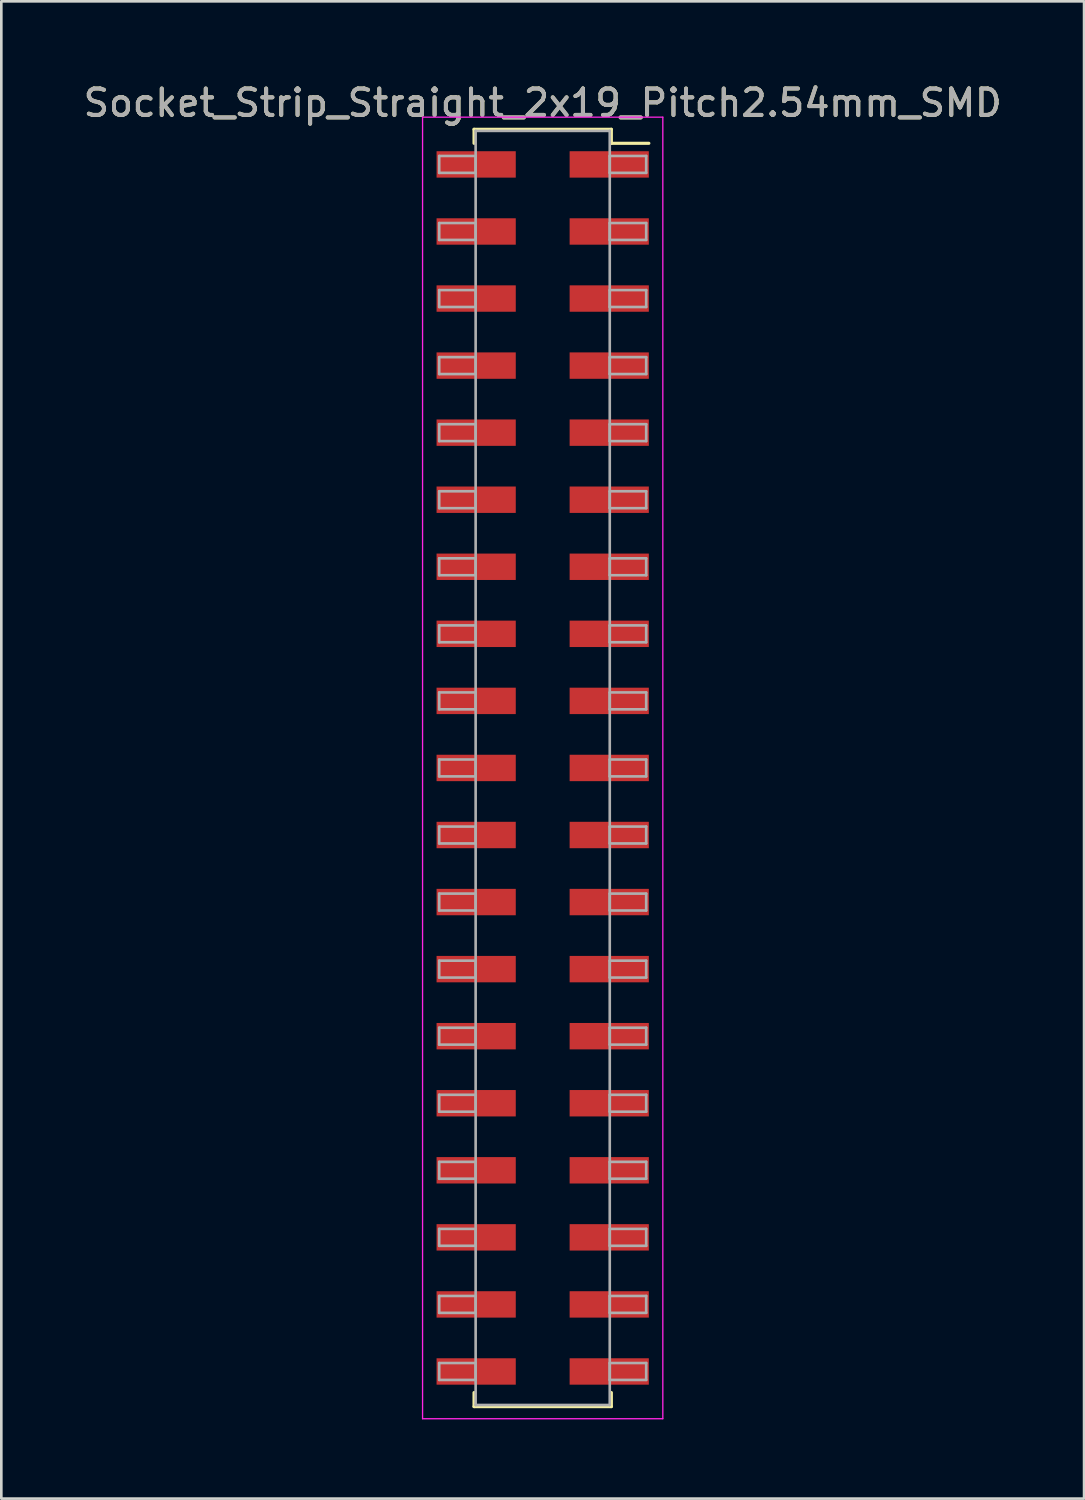
<source format=kicad_pcb>
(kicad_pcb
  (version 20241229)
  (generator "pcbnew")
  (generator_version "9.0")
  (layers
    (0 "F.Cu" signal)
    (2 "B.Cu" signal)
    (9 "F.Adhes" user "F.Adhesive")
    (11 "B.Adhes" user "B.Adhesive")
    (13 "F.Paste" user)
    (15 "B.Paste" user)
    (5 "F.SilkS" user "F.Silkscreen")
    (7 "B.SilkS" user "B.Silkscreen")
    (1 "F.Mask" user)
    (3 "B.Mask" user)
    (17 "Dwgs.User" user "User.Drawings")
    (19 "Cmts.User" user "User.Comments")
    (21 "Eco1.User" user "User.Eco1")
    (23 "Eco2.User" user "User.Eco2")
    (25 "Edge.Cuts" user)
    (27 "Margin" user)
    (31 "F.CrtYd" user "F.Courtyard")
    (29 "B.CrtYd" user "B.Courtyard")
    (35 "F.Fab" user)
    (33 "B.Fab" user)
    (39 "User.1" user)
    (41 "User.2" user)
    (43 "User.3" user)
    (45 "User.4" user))
  (footprint "Socket_Strip_Straight_2x19_Pitch2.54mm_SMD"
    (layer "F.Cu")
    (at 17.506 26.038)
    (property "Reference" "Socket_Strip_Straight_2x19_Pitch2.54mm_SMD" (at 0 -25.19 0) (layer "F.SilkS") (effects (font (size 1 1) (thickness 0.15))))
    (attr smd)
    (fp_line (start -2.6 -24.19) (end 2.6 -24.19) (stroke (width 0.12) (type solid)) (layer "F.SilkS"))
    (fp_line (start -2.6 -23.66) (end -2.6 -24.19) (stroke (width 0.12) (type solid)) (layer "F.SilkS"))
    (fp_line (start -2.6 23.66) (end -2.6 24.19) (stroke (width 0.12) (type solid)) (layer "F.SilkS"))
    (fp_line (start -2.6 24.19) (end 2.6 24.19) (stroke (width 0.12) (type solid)) (layer "F.SilkS"))
    (fp_line (start 2.6 -24.19) (end 2.6 -23.66) (stroke (width 0.12) (type solid)) (layer "F.SilkS"))
    (fp_line (start 2.6 24.19) (end 2.6 23.66) (stroke (width 0.12) (type solid)) (layer "F.SilkS"))
    (fp_line (start 4.02 -23.66) (end 2.6 -23.66) (stroke (width 0.12) (type solid)) (layer "F.SilkS"))
    (fp_line (start -4.55 -24.65) (end -4.55 24.65) (stroke (width 0.05) (type solid)) (layer "F.CrtYd"))
    (fp_line (start -4.55 24.65) (end 4.55 24.65) (stroke (width 0.05) (type solid)) (layer "F.CrtYd"))
    (fp_line (start 4.55 -24.65) (end -4.55 -24.65) (stroke (width 0.05) (type solid)) (layer "F.CrtYd"))
    (fp_line (start 4.55 24.65) (end 4.55 -24.65) (stroke (width 0.05) (type solid)) (layer "F.CrtYd"))
    (fp_line (start -3.92 -23.18) (end -2.54 -23.18) (stroke (width 0.1) (type solid)) (layer "F.Fab"))
    (fp_line (start -3.92 -22.54) (end -3.92 -23.18) (stroke (width 0.1) (type solid)) (layer "F.Fab"))
    (fp_line (start -3.92 -20.64) (end -2.54 -20.64) (stroke (width 0.1) (type solid)) (layer "F.Fab"))
    (fp_line (start -3.92 -20) (end -3.92 -20.64) (stroke (width 0.1) (type solid)) (layer "F.Fab"))
    (fp_line (start -3.92 -18.1) (end -2.54 -18.1) (stroke (width 0.1) (type solid)) (layer "F.Fab"))
    (fp_line (start -3.92 -17.46) (end -3.92 -18.1) (stroke (width 0.1) (type solid)) (layer "F.Fab"))
    (fp_line (start -3.92 -15.56) (end -2.54 -15.56) (stroke (width 0.1) (type solid)) (layer "F.Fab"))
    (fp_line (start -3.92 -14.92) (end -3.92 -15.56) (stroke (width 0.1) (type solid)) (layer "F.Fab"))
    (fp_line (start -3.92 -13.02) (end -2.54 -13.02) (stroke (width 0.1) (type solid)) (layer "F.Fab"))
    (fp_line (start -3.92 -12.38) (end -3.92 -13.02) (stroke (width 0.1) (type solid)) (layer "F.Fab"))
    (fp_line (start -3.92 -10.48) (end -2.54 -10.48) (stroke (width 0.1) (type solid)) (layer "F.Fab"))
    (fp_line (start -3.92 -9.84) (end -3.92 -10.48) (stroke (width 0.1) (type solid)) (layer "F.Fab"))
    (fp_line (start -3.92 -7.94) (end -2.54 -7.94) (stroke (width 0.1) (type solid)) (layer "F.Fab"))
    (fp_line (start -3.92 -7.3) (end -3.92 -7.94) (stroke (width 0.1) (type solid)) (layer "F.Fab"))
    (fp_line (start -3.92 -5.4) (end -2.54 -5.4) (stroke (width 0.1) (type solid)) (layer "F.Fab"))
    (fp_line (start -3.92 -4.76) (end -3.92 -5.4) (stroke (width 0.1) (type solid)) (layer "F.Fab"))
    (fp_line (start -3.92 -2.86) (end -2.54 -2.86) (stroke (width 0.1) (type solid)) (layer "F.Fab"))
    (fp_line (start -3.92 -2.22) (end -3.92 -2.86) (stroke (width 0.1) (type solid)) (layer "F.Fab"))
    (fp_line (start -3.92 -0.32) (end -2.54 -0.32) (stroke (width 0.1) (type solid)) (layer "F.Fab"))
    (fp_line (start -3.92 0.32) (end -3.92 -0.32) (stroke (width 0.1) (type solid)) (layer "F.Fab"))
    (fp_line (start -3.92 2.22) (end -2.54 2.22) (stroke (width 0.1) (type solid)) (layer "F.Fab"))
    (fp_line (start -3.92 2.86) (end -3.92 2.22) (stroke (width 0.1) (type solid)) (layer "F.Fab"))
    (fp_line (start -3.92 4.76) (end -2.54 4.76) (stroke (width 0.1) (type solid)) (layer "F.Fab"))
    (fp_line (start -3.92 5.4) (end -3.92 4.76) (stroke (width 0.1) (type solid)) (layer "F.Fab"))
    (fp_line (start -3.92 7.3) (end -2.54 7.3) (stroke (width 0.1) (type solid)) (layer "F.Fab"))
    (fp_line (start -3.92 7.94) (end -3.92 7.3) (stroke (width 0.1) (type solid)) (layer "F.Fab"))
    (fp_line (start -3.92 9.84) (end -2.54 9.84) (stroke (width 0.1) (type solid)) (layer "F.Fab"))
    (fp_line (start -3.92 10.48) (end -3.92 9.84) (stroke (width 0.1) (type solid)) (layer "F.Fab"))
    (fp_line (start -3.92 12.38) (end -2.54 12.38) (stroke (width 0.1) (type solid)) (layer "F.Fab"))
    (fp_line (start -3.92 13.02) (end -3.92 12.38) (stroke (width 0.1) (type solid)) (layer "F.Fab"))
    (fp_line (start -3.92 14.92) (end -2.54 14.92) (stroke (width 0.1) (type solid)) (layer "F.Fab"))
    (fp_line (start -3.92 15.56) (end -3.92 14.92) (stroke (width 0.1) (type solid)) (layer "F.Fab"))
    (fp_line (start -3.92 17.46) (end -2.54 17.46) (stroke (width 0.1) (type solid)) (layer "F.Fab"))
    (fp_line (start -3.92 18.1) (end -3.92 17.46) (stroke (width 0.1) (type solid)) (layer "F.Fab"))
    (fp_line (start -3.92 20) (end -2.54 20) (stroke (width 0.1) (type solid)) (layer "F.Fab"))
    (fp_line (start -3.92 20.64) (end -3.92 20) (stroke (width 0.1) (type solid)) (layer "F.Fab"))
    (fp_line (start -3.92 22.54) (end -2.54 22.54) (stroke (width 0.1) (type solid)) (layer "F.Fab"))
    (fp_line (start -3.92 23.18) (end -3.92 22.54) (stroke (width 0.1) (type solid)) (layer "F.Fab"))
    (fp_line (start -2.54 -24.13) (end -2.54 24.13) (stroke (width 0.1) (type solid)) (layer "F.Fab"))
    (fp_line (start -2.54 -23.18) (end -2.54 -22.54) (stroke (width 0.1) (type solid)) (layer "F.Fab"))
    (fp_line (start -2.54 -22.54) (end -3.92 -22.54) (stroke (width 0.1) (type solid)) (layer "F.Fab"))
    (fp_line (start -2.54 -20.64) (end -2.54 -20) (stroke (width 0.1) (type solid)) (layer "F.Fab"))
    (fp_line (start -2.54 -20) (end -3.92 -20) (stroke (width 0.1) (type solid)) (layer "F.Fab"))
    (fp_line (start -2.54 -18.1) (end -2.54 -17.46) (stroke (width 0.1) (type solid)) (layer "F.Fab"))
    (fp_line (start -2.54 -17.46) (end -3.92 -17.46) (stroke (width 0.1) (type solid)) (layer "F.Fab"))
    (fp_line (start -2.54 -15.56) (end -2.54 -14.92) (stroke (width 0.1) (type solid)) (layer "F.Fab"))
    (fp_line (start -2.54 -14.92) (end -3.92 -14.92) (stroke (width 0.1) (type solid)) (layer "F.Fab"))
    (fp_line (start -2.54 -13.02) (end -2.54 -12.38) (stroke (width 0.1) (type solid)) (layer "F.Fab"))
    (fp_line (start -2.54 -12.38) (end -3.92 -12.38) (stroke (width 0.1) (type solid)) (layer "F.Fab"))
    (fp_line (start -2.54 -10.48) (end -2.54 -9.84) (stroke (width 0.1) (type solid)) (layer "F.Fab"))
    (fp_line (start -2.54 -9.84) (end -3.92 -9.84) (stroke (width 0.1) (type solid)) (layer "F.Fab"))
    (fp_line (start -2.54 -7.94) (end -2.54 -7.3) (stroke (width 0.1) (type solid)) (layer "F.Fab"))
    (fp_line (start -2.54 -7.3) (end -3.92 -7.3) (stroke (width 0.1) (type solid)) (layer "F.Fab"))
    (fp_line (start -2.54 -5.4) (end -2.54 -4.76) (stroke (width 0.1) (type solid)) (layer "F.Fab"))
    (fp_line (start -2.54 -4.76) (end -3.92 -4.76) (stroke (width 0.1) (type solid)) (layer "F.Fab"))
    (fp_line (start -2.54 -2.86) (end -2.54 -2.22) (stroke (width 0.1) (type solid)) (layer "F.Fab"))
    (fp_line (start -2.54 -2.22) (end -3.92 -2.22) (stroke (width 0.1) (type solid)) (layer "F.Fab"))
    (fp_line (start -2.54 -0.32) (end -2.54 0.32) (stroke (width 0.1) (type solid)) (layer "F.Fab"))
    (fp_line (start -2.54 0.32) (end -3.92 0.32) (stroke (width 0.1) (type solid)) (layer "F.Fab"))
    (fp_line (start -2.54 2.22) (end -2.54 2.86) (stroke (width 0.1) (type solid)) (layer "F.Fab"))
    (fp_line (start -2.54 2.86) (end -3.92 2.86) (stroke (width 0.1) (type solid)) (layer "F.Fab"))
    (fp_line (start -2.54 4.76) (end -2.54 5.4) (stroke (width 0.1) (type solid)) (layer "F.Fab"))
    (fp_line (start -2.54 5.4) (end -3.92 5.4) (stroke (width 0.1) (type solid)) (layer "F.Fab"))
    (fp_line (start -2.54 7.3) (end -2.54 7.94) (stroke (width 0.1) (type solid)) (layer "F.Fab"))
    (fp_line (start -2.54 7.94) (end -3.92 7.94) (stroke (width 0.1) (type solid)) (layer "F.Fab"))
    (fp_line (start -2.54 9.84) (end -2.54 10.48) (stroke (width 0.1) (type solid)) (layer "F.Fab"))
    (fp_line (start -2.54 10.48) (end -3.92 10.48) (stroke (width 0.1) (type solid)) (layer "F.Fab"))
    (fp_line (start -2.54 12.38) (end -2.54 13.02) (stroke (width 0.1) (type solid)) (layer "F.Fab"))
    (fp_line (start -2.54 13.02) (end -3.92 13.02) (stroke (width 0.1) (type solid)) (layer "F.Fab"))
    (fp_line (start -2.54 14.92) (end -2.54 15.56) (stroke (width 0.1) (type solid)) (layer "F.Fab"))
    (fp_line (start -2.54 15.56) (end -3.92 15.56) (stroke (width 0.1) (type solid)) (layer "F.Fab"))
    (fp_line (start -2.54 17.46) (end -2.54 18.1) (stroke (width 0.1) (type solid)) (layer "F.Fab"))
    (fp_line (start -2.54 18.1) (end -3.92 18.1) (stroke (width 0.1) (type solid)) (layer "F.Fab"))
    (fp_line (start -2.54 20) (end -2.54 20.64) (stroke (width 0.1) (type solid)) (layer "F.Fab"))
    (fp_line (start -2.54 20.64) (end -3.92 20.64) (stroke (width 0.1) (type solid)) (layer "F.Fab"))
    (fp_line (start -2.54 22.54) (end -2.54 23.18) (stroke (width 0.1) (type solid)) (layer "F.Fab"))
    (fp_line (start -2.54 23.18) (end -3.92 23.18) (stroke (width 0.1) (type solid)) (layer "F.Fab"))
    (fp_line (start -2.54 24.13) (end 2.54 24.13) (stroke (width 0.1) (type solid)) (layer "F.Fab"))
    (fp_line (start 2.54 -24.13) (end -2.54 -24.13) (stroke (width 0.1) (type solid)) (layer "F.Fab"))
    (fp_line (start 2.54 -23.18) (end 2.54 -22.54) (stroke (width 0.1) (type solid)) (layer "F.Fab"))
    (fp_line (start 2.54 -22.54) (end 3.92 -22.54) (stroke (width 0.1) (type solid)) (layer "F.Fab"))
    (fp_line (start 2.54 -20.64) (end 2.54 -20) (stroke (width 0.1) (type solid)) (layer "F.Fab"))
    (fp_line (start 2.54 -20) (end 3.92 -20) (stroke (width 0.1) (type solid)) (layer "F.Fab"))
    (fp_line (start 2.54 -18.1) (end 2.54 -17.46) (stroke (width 0.1) (type solid)) (layer "F.Fab"))
    (fp_line (start 2.54 -17.46) (end 3.92 -17.46) (stroke (width 0.1) (type solid)) (layer "F.Fab"))
    (fp_line (start 2.54 -15.56) (end 2.54 -14.92) (stroke (width 0.1) (type solid)) (layer "F.Fab"))
    (fp_line (start 2.54 -14.92) (end 3.92 -14.92) (stroke (width 0.1) (type solid)) (layer "F.Fab"))
    (fp_line (start 2.54 -13.02) (end 2.54 -12.38) (stroke (width 0.1) (type solid)) (layer "F.Fab"))
    (fp_line (start 2.54 -12.38) (end 3.92 -12.38) (stroke (width 0.1) (type solid)) (layer "F.Fab"))
    (fp_line (start 2.54 -10.48) (end 2.54 -9.84) (stroke (width 0.1) (type solid)) (layer "F.Fab"))
    (fp_line (start 2.54 -9.84) (end 3.92 -9.84) (stroke (width 0.1) (type solid)) (layer "F.Fab"))
    (fp_line (start 2.54 -7.94) (end 2.54 -7.3) (stroke (width 0.1) (type solid)) (layer "F.Fab"))
    (fp_line (start 2.54 -7.3) (end 3.92 -7.3) (stroke (width 0.1) (type solid)) (layer "F.Fab"))
    (fp_line (start 2.54 -5.4) (end 2.54 -4.76) (stroke (width 0.1) (type solid)) (layer "F.Fab"))
    (fp_line (start 2.54 -4.76) (end 3.92 -4.76) (stroke (width 0.1) (type solid)) (layer "F.Fab"))
    (fp_line (start 2.54 -2.86) (end 2.54 -2.22) (stroke (width 0.1) (type solid)) (layer "F.Fab"))
    (fp_line (start 2.54 -2.22) (end 3.92 -2.22) (stroke (width 0.1) (type solid)) (layer "F.Fab"))
    (fp_line (start 2.54 -0.32) (end 2.54 0.32) (stroke (width 0.1) (type solid)) (layer "F.Fab"))
    (fp_line (start 2.54 0.32) (end 3.92 0.32) (stroke (width 0.1) (type solid)) (layer "F.Fab"))
    (fp_line (start 2.54 2.22) (end 2.54 2.86) (stroke (width 0.1) (type solid)) (layer "F.Fab"))
    (fp_line (start 2.54 2.86) (end 3.92 2.86) (stroke (width 0.1) (type solid)) (layer "F.Fab"))
    (fp_line (start 2.54 4.76) (end 2.54 5.4) (stroke (width 0.1) (type solid)) (layer "F.Fab"))
    (fp_line (start 2.54 5.4) (end 3.92 5.4) (stroke (width 0.1) (type solid)) (layer "F.Fab"))
    (fp_line (start 2.54 7.3) (end 2.54 7.94) (stroke (width 0.1) (type solid)) (layer "F.Fab"))
    (fp_line (start 2.54 7.94) (end 3.92 7.94) (stroke (width 0.1) (type solid)) (layer "F.Fab"))
    (fp_line (start 2.54 9.84) (end 2.54 10.48) (stroke (width 0.1) (type solid)) (layer "F.Fab"))
    (fp_line (start 2.54 10.48) (end 3.92 10.48) (stroke (width 0.1) (type solid)) (layer "F.Fab"))
    (fp_line (start 2.54 12.38) (end 2.54 13.02) (stroke (width 0.1) (type solid)) (layer "F.Fab"))
    (fp_line (start 2.54 13.02) (end 3.92 13.02) (stroke (width 0.1) (type solid)) (layer "F.Fab"))
    (fp_line (start 2.54 14.92) (end 2.54 15.56) (stroke (width 0.1) (type solid)) (layer "F.Fab"))
    (fp_line (start 2.54 15.56) (end 3.92 15.56) (stroke (width 0.1) (type solid)) (layer "F.Fab"))
    (fp_line (start 2.54 17.46) (end 2.54 18.1) (stroke (width 0.1) (type solid)) (layer "F.Fab"))
    (fp_line (start 2.54 18.1) (end 3.92 18.1) (stroke (width 0.1) (type solid)) (layer "F.Fab"))
    (fp_line (start 2.54 20) (end 2.54 20.64) (stroke (width 0.1) (type solid)) (layer "F.Fab"))
    (fp_line (start 2.54 20.64) (end 3.92 20.64) (stroke (width 0.1) (type solid)) (layer "F.Fab"))
    (fp_line (start 2.54 22.54) (end 2.54 23.18) (stroke (width 0.1) (type solid)) (layer "F.Fab"))
    (fp_line (start 2.54 23.18) (end 3.92 23.18) (stroke (width 0.1) (type solid)) (layer "F.Fab"))
    (fp_line (start 2.54 24.13) (end 2.54 -24.13) (stroke (width 0.1) (type solid)) (layer "F.Fab"))
    (fp_line (start 3.92 -23.18) (end 2.54 -23.18) (stroke (width 0.1) (type solid)) (layer "F.Fab"))
    (fp_line (start 3.92 -22.54) (end 3.92 -23.18) (stroke (width 0.1) (type solid)) (layer "F.Fab"))
    (fp_line (start 3.92 -20.64) (end 2.54 -20.64) (stroke (width 0.1) (type solid)) (layer "F.Fab"))
    (fp_line (start 3.92 -20) (end 3.92 -20.64) (stroke (width 0.1) (type solid)) (layer "F.Fab"))
    (fp_line (start 3.92 -18.1) (end 2.54 -18.1) (stroke (width 0.1) (type solid)) (layer "F.Fab"))
    (fp_line (start 3.92 -17.46) (end 3.92 -18.1) (stroke (width 0.1) (type solid)) (layer "F.Fab"))
    (fp_line (start 3.92 -15.56) (end 2.54 -15.56) (stroke (width 0.1) (type solid)) (layer "F.Fab"))
    (fp_line (start 3.92 -14.92) (end 3.92 -15.56) (stroke (width 0.1) (type solid)) (layer "F.Fab"))
    (fp_line (start 3.92 -13.02) (end 2.54 -13.02) (stroke (width 0.1) (type solid)) (layer "F.Fab"))
    (fp_line (start 3.92 -12.38) (end 3.92 -13.02) (stroke (width 0.1) (type solid)) (layer "F.Fab"))
    (fp_line (start 3.92 -10.48) (end 2.54 -10.48) (stroke (width 0.1) (type solid)) (layer "F.Fab"))
    (fp_line (start 3.92 -9.84) (end 3.92 -10.48) (stroke (width 0.1) (type solid)) (layer "F.Fab"))
    (fp_line (start 3.92 -7.94) (end 2.54 -7.94) (stroke (width 0.1) (type solid)) (layer "F.Fab"))
    (fp_line (start 3.92 -7.3) (end 3.92 -7.94) (stroke (width 0.1) (type solid)) (layer "F.Fab"))
    (fp_line (start 3.92 -5.4) (end 2.54 -5.4) (stroke (width 0.1) (type solid)) (layer "F.Fab"))
    (fp_line (start 3.92 -4.76) (end 3.92 -5.4) (stroke (width 0.1) (type solid)) (layer "F.Fab"))
    (fp_line (start 3.92 -2.86) (end 2.54 -2.86) (stroke (width 0.1) (type solid)) (layer "F.Fab"))
    (fp_line (start 3.92 -2.22) (end 3.92 -2.86) (stroke (width 0.1) (type solid)) (layer "F.Fab"))
    (fp_line (start 3.92 -0.32) (end 2.54 -0.32) (stroke (width 0.1) (type solid)) (layer "F.Fab"))
    (fp_line (start 3.92 0.32) (end 3.92 -0.32) (stroke (width 0.1) (type solid)) (layer "F.Fab"))
    (fp_line (start 3.92 2.22) (end 2.54 2.22) (stroke (width 0.1) (type solid)) (layer "F.Fab"))
    (fp_line (start 3.92 2.86) (end 3.92 2.22) (stroke (width 0.1) (type solid)) (layer "F.Fab"))
    (fp_line (start 3.92 4.76) (end 2.54 4.76) (stroke (width 0.1) (type solid)) (layer "F.Fab"))
    (fp_line (start 3.92 5.4) (end 3.92 4.76) (stroke (width 0.1) (type solid)) (layer "F.Fab"))
    (fp_line (start 3.92 7.3) (end 2.54 7.3) (stroke (width 0.1) (type solid)) (layer "F.Fab"))
    (fp_line (start 3.92 7.94) (end 3.92 7.3) (stroke (width 0.1) (type solid)) (layer "F.Fab"))
    (fp_line (start 3.92 9.84) (end 2.54 9.84) (stroke (width 0.1) (type solid)) (layer "F.Fab"))
    (fp_line (start 3.92 10.48) (end 3.92 9.84) (stroke (width 0.1) (type solid)) (layer "F.Fab"))
    (fp_line (start 3.92 12.38) (end 2.54 12.38) (stroke (width 0.1) (type solid)) (layer "F.Fab"))
    (fp_line (start 3.92 13.02) (end 3.92 12.38) (stroke (width 0.1) (type solid)) (layer "F.Fab"))
    (fp_line (start 3.92 14.92) (end 2.54 14.92) (stroke (width 0.1) (type solid)) (layer "F.Fab"))
    (fp_line (start 3.92 15.56) (end 3.92 14.92) (stroke (width 0.1) (type solid)) (layer "F.Fab"))
    (fp_line (start 3.92 17.46) (end 2.54 17.46) (stroke (width 0.1) (type solid)) (layer "F.Fab"))
    (fp_line (start 3.92 18.1) (end 3.92 17.46) (stroke (width 0.1) (type solid)) (layer "F.Fab"))
    (fp_line (start 3.92 20) (end 2.54 20) (stroke (width 0.1) (type solid)) (layer "F.Fab"))
    (fp_line (start 3.92 20.64) (end 3.92 20) (stroke (width 0.1) (type solid)) (layer "F.Fab"))
    (fp_line (start 3.92 22.54) (end 2.54 22.54) (stroke (width 0.1) (type solid)) (layer "F.Fab"))
    (fp_line (start 3.92 23.18) (end 3.92 22.54) (stroke (width 0.1) (type solid)) (layer "F.Fab"))
    (fp_text user "${REFERENCE}" (at 0 -25.19 0) (layer "F.Fab") (effects (font (size 1 1) (thickness 0.15))))
    (pad "1" smd rect (at 2.52 -22.86) (size 3 1) (layers "F.Cu" "F.Mask" "F.Paste"))
    (pad "2" smd rect (at -2.52 -22.86) (size 3 1) (layers "F.Cu" "F.Mask" "F.Paste"))
    (pad "3" smd rect (at 2.52 -20.32) (size 3 1) (layers "F.Cu" "F.Mask" "F.Paste"))
    (pad "4" smd rect (at -2.52 -20.32) (size 3 1) (layers "F.Cu" "F.Mask" "F.Paste"))
    (pad "5" smd rect (at 2.52 -17.78) (size 3 1) (layers "F.Cu" "F.Mask" "F.Paste"))
    (pad "6" smd rect (at -2.52 -17.78) (size 3 1) (layers "F.Cu" "F.Mask" "F.Paste"))
    (pad "7" smd rect (at 2.52 -15.24) (size 3 1) (layers "F.Cu" "F.Mask" "F.Paste"))
    (pad "8" smd rect (at -2.52 -15.24) (size 3 1) (layers "F.Cu" "F.Mask" "F.Paste"))
    (pad "9" smd rect (at 2.52 -12.7) (size 3 1) (layers "F.Cu" "F.Mask" "F.Paste"))
    (pad "10" smd rect (at -2.52 -12.7) (size 3 1) (layers "F.Cu" "F.Mask" "F.Paste"))
    (pad "11" smd rect (at 2.52 -10.16) (size 3 1) (layers "F.Cu" "F.Mask" "F.Paste"))
    (pad "12" smd rect (at -2.52 -10.16) (size 3 1) (layers "F.Cu" "F.Mask" "F.Paste"))
    (pad "13" smd rect (at 2.52 -7.62) (size 3 1) (layers "F.Cu" "F.Mask" "F.Paste"))
    (pad "14" smd rect (at -2.52 -7.62) (size 3 1) (layers "F.Cu" "F.Mask" "F.Paste"))
    (pad "15" smd rect (at 2.52 -5.08) (size 3 1) (layers "F.Cu" "F.Mask" "F.Paste"))
    (pad "16" smd rect (at -2.52 -5.08) (size 3 1) (layers "F.Cu" "F.Mask" "F.Paste"))
    (pad "17" smd rect (at 2.52 -2.54) (size 3 1) (layers "F.Cu" "F.Mask" "F.Paste"))
    (pad "18" smd rect (at -2.52 -2.54) (size 3 1) (layers "F.Cu" "F.Mask" "F.Paste"))
    (pad "19" smd rect (at 2.52 0) (size 3 1) (layers "F.Cu" "F.Mask" "F.Paste"))
    (pad "20" smd rect (at -2.52 0) (size 3 1) (layers "F.Cu" "F.Mask" "F.Paste"))
    (pad "21" smd rect (at 2.52 2.54) (size 3 1) (layers "F.Cu" "F.Mask" "F.Paste"))
    (pad "22" smd rect (at -2.52 2.54) (size 3 1) (layers "F.Cu" "F.Mask" "F.Paste"))
    (pad "23" smd rect (at 2.52 5.08) (size 3 1) (layers "F.Cu" "F.Mask" "F.Paste"))
    (pad "24" smd rect (at -2.52 5.08) (size 3 1) (layers "F.Cu" "F.Mask" "F.Paste"))
    (pad "25" smd rect (at 2.52 7.62) (size 3 1) (layers "F.Cu" "F.Mask" "F.Paste"))
    (pad "26" smd rect (at -2.52 7.62) (size 3 1) (layers "F.Cu" "F.Mask" "F.Paste"))
    (pad "27" smd rect (at 2.52 10.16) (size 3 1) (layers "F.Cu" "F.Mask" "F.Paste"))
    (pad "28" smd rect (at -2.52 10.16) (size 3 1) (layers "F.Cu" "F.Mask" "F.Paste"))
    (pad "29" smd rect (at 2.52 12.7) (size 3 1) (layers "F.Cu" "F.Mask" "F.Paste"))
    (pad "30" smd rect (at -2.52 12.7) (size 3 1) (layers "F.Cu" "F.Mask" "F.Paste"))
    (pad "31" smd rect (at 2.52 15.24) (size 3 1) (layers "F.Cu" "F.Mask" "F.Paste"))
    (pad "32" smd rect (at -2.52 15.24) (size 3 1) (layers "F.Cu" "F.Mask" "F.Paste"))
    (pad "33" smd rect (at 2.52 17.78) (size 3 1) (layers "F.Cu" "F.Mask" "F.Paste"))
    (pad "34" smd rect (at -2.52 17.78) (size 3 1) (layers "F.Cu" "F.Mask" "F.Paste"))
    (pad "35" smd rect (at 2.52 20.32) (size 3 1) (layers "F.Cu" "F.Mask" "F.Paste"))
    (pad "36" smd rect (at -2.52 20.32) (size 3 1) (layers "F.Cu" "F.Mask" "F.Paste"))
    (pad "37" smd rect (at 2.52 22.86) (size 3 1) (layers "F.Cu" "F.Mask" "F.Paste"))
    (pad "38" smd rect (at -2.52 22.86) (size 3 1) (layers "F.Cu" "F.Mask" "F.Paste")))
  (gr_rect
    (start -3 -3)
    (end 38.012 53.713)
    (stroke (width 0.1) (type default))
    (fill no)
    (layer "Edge.Cuts")))
</source>
